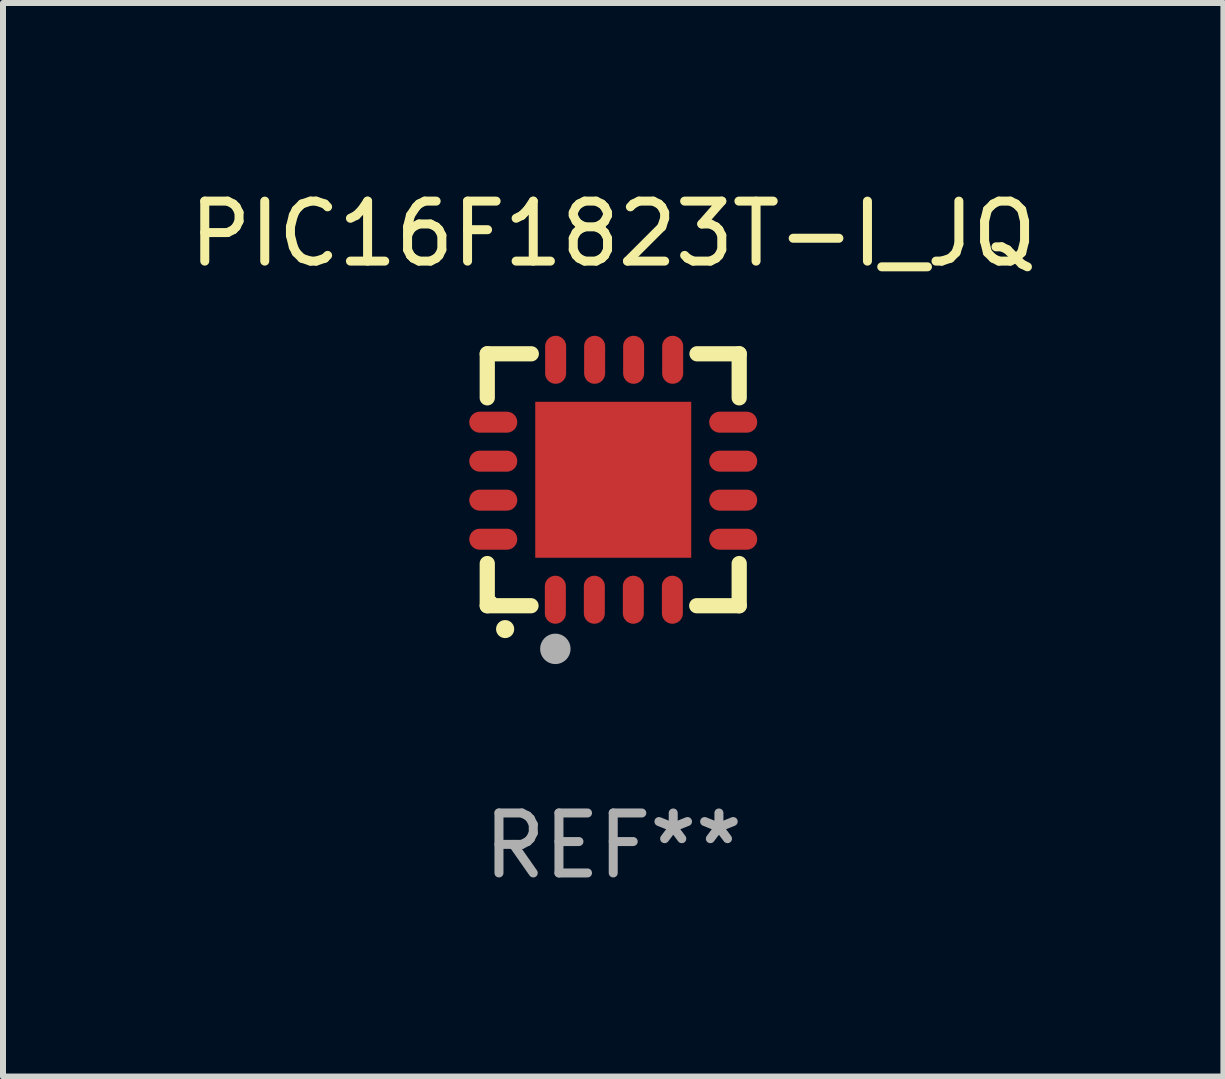
<source format=kicad_pcb>
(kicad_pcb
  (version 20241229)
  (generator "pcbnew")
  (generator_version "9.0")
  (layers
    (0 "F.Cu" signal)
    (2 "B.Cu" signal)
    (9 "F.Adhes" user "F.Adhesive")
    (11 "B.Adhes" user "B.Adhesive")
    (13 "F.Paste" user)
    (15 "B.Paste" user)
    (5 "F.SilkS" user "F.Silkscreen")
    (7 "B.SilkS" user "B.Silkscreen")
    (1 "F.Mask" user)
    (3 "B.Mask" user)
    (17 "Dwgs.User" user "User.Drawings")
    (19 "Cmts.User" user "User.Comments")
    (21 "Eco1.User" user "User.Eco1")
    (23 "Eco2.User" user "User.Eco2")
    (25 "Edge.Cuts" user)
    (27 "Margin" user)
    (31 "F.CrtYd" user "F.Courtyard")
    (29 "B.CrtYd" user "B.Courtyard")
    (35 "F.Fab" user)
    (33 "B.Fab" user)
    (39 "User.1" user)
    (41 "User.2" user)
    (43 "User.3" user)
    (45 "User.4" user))
  (footprint "PIC16F1823T-I_JQ"
    (layer "F.Cu")
    (at 7.173 4.948)
    (property "Reference" "PIC16F1823T-I_JQ" (at 0 -4.1 0) (layer "F.SilkS") (effects (font (size 1 1) (thickness 0.15))))
    (attr through_hole)
    (fp_line (start -2.1 -2.1) (end -1.366 -2.1) (stroke (width 0.254) (type solid)) (layer "F.SilkS"))
    (fp_line (start -2.1 -1.366) (end -2.1 -2.1) (stroke (width 0.254) (type solid)) (layer "F.SilkS"))
    (fp_line (start -2.1 2.1) (end -2.1 1.397) (stroke (width 0.254) (type solid)) (layer "F.SilkS"))
    (fp_line (start -2.1 2.1) (end -1.371 2.1) (stroke (width 0.254) (type solid)) (layer "F.SilkS"))
    (fp_line (start 1.392 2.1) (end 2.1 2.1) (stroke (width 0.254) (type solid)) (layer "F.SilkS"))
    (fp_line (start 1.397 -2.1) (end 2.1 -2.1) (stroke (width 0.254) (type solid)) (layer "F.SilkS"))
    (fp_line (start 2.1 -1.366) (end 2.1 -2.1) (stroke (width 0.254) (type solid)) (layer "F.SilkS"))
    (fp_line (start 2.1 2.1) (end 2.1 1.397) (stroke (width 0.254) (type solid)) (layer "F.SilkS"))
    (fp_arc (start -1.803404 2.489205) (mid -1.802134 2.4892) (end -1.800864 2.489205) (stroke (width 0.3) (type solid)) (layer "F.SilkS"))
    (fp_circle (center -2 2) (end -1.97 2) (stroke (width 0.06) (type solid)) (fill no) (layer "F.SilkS"))
    (fp_circle (center -0.965 2.819) (end -0.838 2.819) (stroke (width 0.254) (type solid)) (fill no) (layer "F.Fab"))
    (fp_text user "REF**" (at 0 6.1 0) (layer "F.Fab") (effects (font (size 1 1) (thickness 0.15))))
    (pad "1" smd oval (at -0.965 2) (size 0.35 0.8) (layers "F.Cu" "F.Mask" "F.Paste"))
    (pad "2" smd oval (at -0.315 2) (size 0.35 0.8) (layers "F.Cu" "F.Mask" "F.Paste"))
    (pad "3" smd oval (at 0.335 2) (size 0.35 0.8) (layers "F.Cu" "F.Mask" "F.Paste"))
    (pad "4" smd oval (at 0.986 2) (size 0.35 0.8) (layers "F.Cu" "F.Mask" "F.Paste"))
    (pad "5" smd oval (at 2 0.991 90) (size 0.35 0.8) (layers "F.Cu" "F.Mask" "F.Paste"))
    (pad "6" smd oval (at 2 0.34 90) (size 0.35 0.8) (layers "F.Cu" "F.Mask" "F.Paste"))
    (pad "7" smd oval (at 2 -0.31 90) (size 0.35 0.8) (layers "F.Cu" "F.Mask" "F.Paste"))
    (pad "8" smd oval (at 2 -0.96 90) (size 0.35 0.8) (layers "F.Cu" "F.Mask" "F.Paste"))
    (pad "9" smd oval (at 0.991 -2) (size 0.35 0.8) (layers "F.Cu" "F.Mask" "F.Paste"))
    (pad "10" smd oval (at 0.34 -2) (size 0.35 0.8) (layers "F.Cu" "F.Mask" "F.Paste"))
    (pad "11" smd oval (at -0.31 -2) (size 0.35 0.8) (layers "F.Cu" "F.Mask" "F.Paste"))
    (pad "12" smd oval (at -0.96 -2) (size 0.35 0.8) (layers "F.Cu" "F.Mask" "F.Paste"))
    (pad "13" smd oval (at -2 -0.96 90) (size 0.35 0.8) (layers "F.Cu" "F.Mask" "F.Paste"))
    (pad "14" smd oval (at -2 -0.31 90) (size 0.35 0.8) (layers "F.Cu" "F.Mask" "F.Paste"))
    (pad "15" smd oval (at -2 0.34 90) (size 0.35 0.8) (layers "F.Cu" "F.Mask" "F.Paste"))
    (pad "16" smd oval (at -2 0.991 90) (size 0.35 0.8) (layers "F.Cu" "F.Mask" "F.Paste"))
    (pad "17" smd rect (at 0 0 90) (size 2.6 2.6) (layers "F.Cu" "F.Mask" "F.Paste")))
  (gr_rect
    (start -3 -3)
    (end 17.345 14.896)
    (stroke (width 0.1) (type default))
    (fill no)
    (layer "Edge.Cuts")))
</source>
